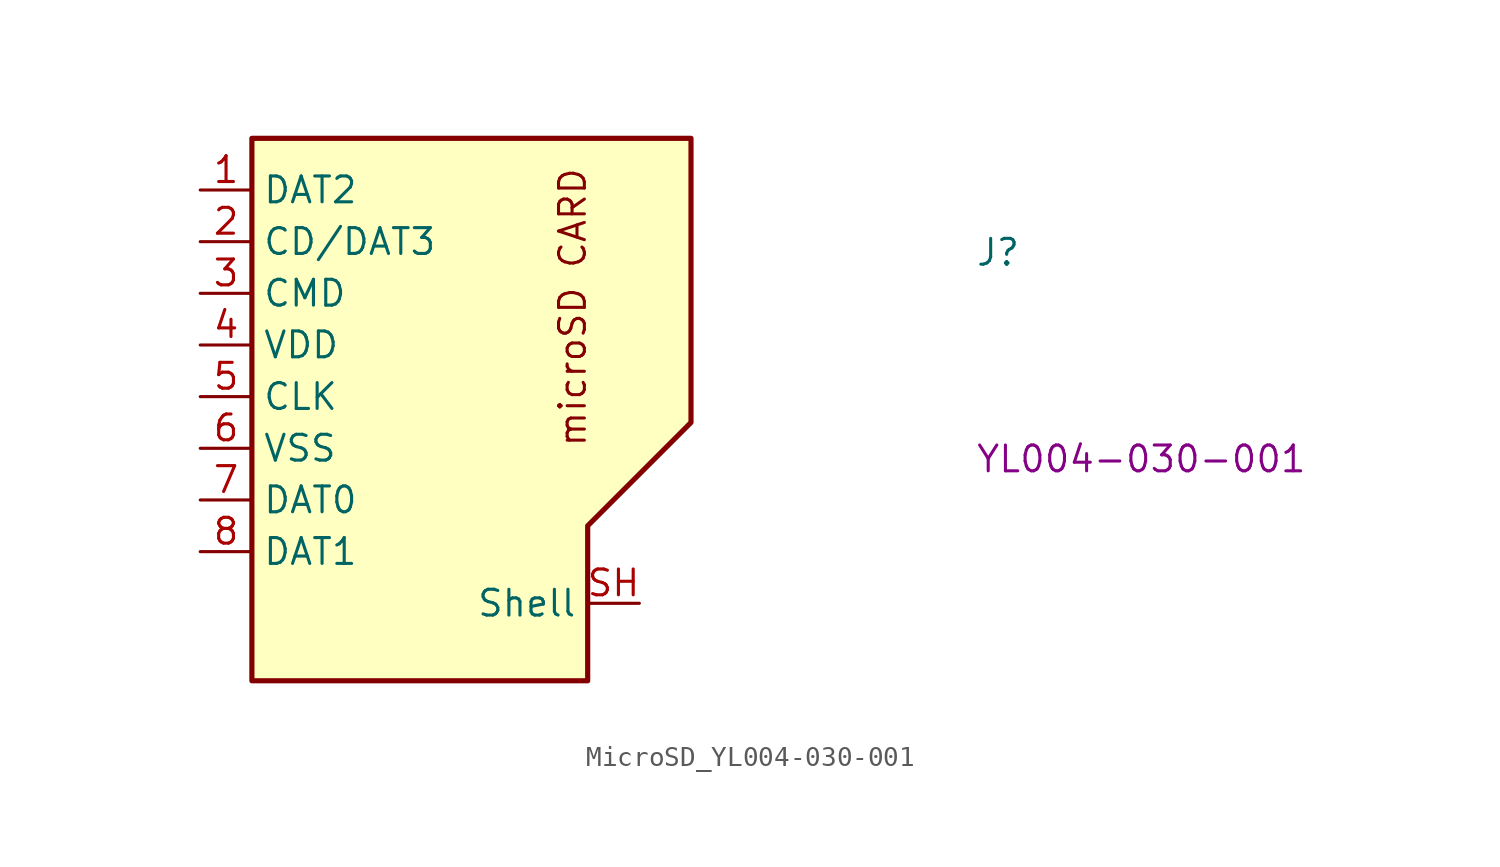
<source format=kicad_sym>
(kicad_symbol_lib
  (version 20220914)
  (generator kicad_symbol_editor)
  (symbol "MicroSD_YL004-030-001"
    (property "Reference" "J"
      (at 38.1 -3.81 0)
      (effects (font (size 1.27 1.27) (thickness 0.15)) (justify left bottom)))
    (property "MPN" "YL004-030-001"
      (at 38.1 -13.97 0)
      (effects (font (size 1.27 1.27) (thickness 0.15)) (justify left bottom)))
    (symbol "MicroSD_YL004-030-001_1_1"
      (polyline (pts (xy 2.54 2.54) (xy 2.54 -24.13) (xy 10.16 -24.13) (xy 13.97 -24.13) (xy 19.05 -24.13) (xy 19.05 -16.51) (xy 24.13 -11.43) (xy 24.13 2.54) (xy 2.54 2.54)) (stroke (width 0.254) (type default)) (fill (type background)))
      (text "microSD CARD" (at 19.05 -12.7 900) (effects (font (size 1.27 1.27) (thickness 0.15)) (justify left bottom)))
      (pin bidirectional line (at 0 0 0) (length 2.54) (name "DAT2" (effects (font (size 1.27 1.27)))) (number "1" (effects (font (size 1.27 1.27)))))
      (pin bidirectional line (at 0 -2.54 0) (length 2.54) (name "CD/DAT3" (effects (font (size 1.27 1.27)))) (number "2" (effects (font (size 1.27 1.27)))))
      (pin bidirectional line (at 0 -5.08 0) (length 2.54) (name "CMD" (effects (font (size 1.27 1.27)))) (number "3" (effects (font (size 1.27 1.27)))))
      (pin power_in line (at 0 -7.62 0) (length 2.54) (name "VDD" (effects (font (size 1.27 1.27)))) (number "4" (effects (font (size 1.27 1.27)))))
      (pin output line (at 0 -10.16 0) (length 2.54) (name "CLK" (effects (font (size 1.27 1.27)))) (number "5" (effects (font (size 1.27 1.27)))))
      (pin power_in line (at 0 -12.7 0) (length 2.54) (name "VSS" (effects (font (size 1.27 1.27)))) (number "6" (effects (font (size 1.27 1.27)))))
      (pin bidirectional line (at 0 -15.24 0) (length 2.54) (name "DAT0" (effects (font (size 1.27 1.27)))) (number "7" (effects (font (size 1.27 1.27)))))
      (pin bidirectional line (at 0 -17.78 0) (length 2.54) (name "DAT1" (effects (font (size 1.27 1.27)))) (number "8" (effects (font (size 1.27 1.27)))))
      (pin passive line (at 21.59 -20.32 180) (length 2.54) (name "Shell" (effects (font (size 1.27 1.27)))) (number "SH" (effects (font (size 1.27 1.27))))))))
</source>
